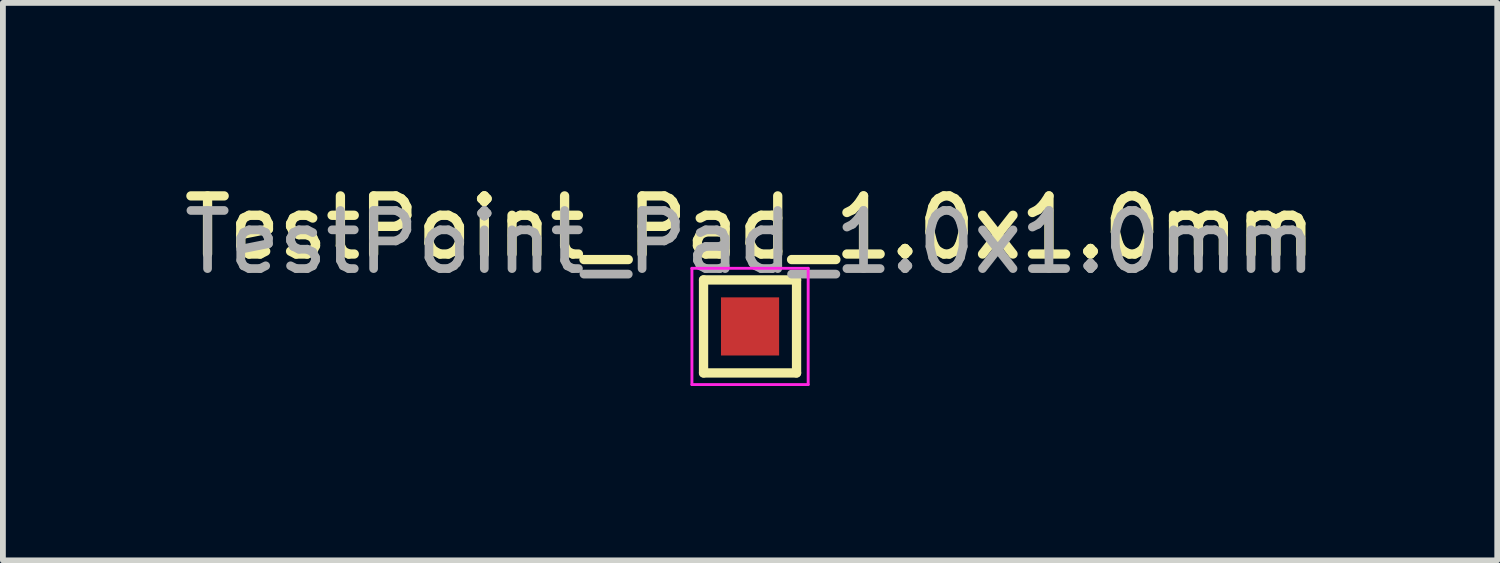
<source format=kicad_pcb>
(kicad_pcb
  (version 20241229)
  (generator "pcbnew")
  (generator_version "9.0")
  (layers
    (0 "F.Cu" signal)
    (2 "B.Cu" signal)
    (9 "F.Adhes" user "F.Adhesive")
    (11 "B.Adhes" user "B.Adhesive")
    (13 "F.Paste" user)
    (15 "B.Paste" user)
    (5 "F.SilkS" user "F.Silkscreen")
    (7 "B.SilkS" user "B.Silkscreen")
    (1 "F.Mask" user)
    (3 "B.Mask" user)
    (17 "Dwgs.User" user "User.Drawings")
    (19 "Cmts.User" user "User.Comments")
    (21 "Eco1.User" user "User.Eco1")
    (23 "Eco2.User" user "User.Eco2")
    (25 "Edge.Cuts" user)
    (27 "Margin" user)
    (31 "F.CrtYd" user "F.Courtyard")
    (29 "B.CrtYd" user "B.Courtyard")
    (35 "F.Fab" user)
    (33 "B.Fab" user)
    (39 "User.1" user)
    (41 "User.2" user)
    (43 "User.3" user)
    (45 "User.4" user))
  (footprint "TestPoint_Pad_1.0x1.0mm"
    (layer "F.Cu")
    (at 9.854 2.566)
    (property "Reference" "TestPoint_Pad_1.0x1.0mm" (at 0 -1.7 0) (layer "F.SilkS") (effects (font (size 1 1) (thickness 0.16))))
    (attr exclude_from_pos_files exclude_from_bom)
    (fp_line (start -0.8 -0.8) (end 0.8 -0.8) (stroke (width 0.16) (type solid)) (layer "F.SilkS"))
    (fp_line (start -0.8 0.8) (end -0.8 -0.8) (stroke (width 0.16) (type solid)) (layer "F.SilkS"))
    (fp_line (start 0.8 -0.8) (end 0.8 0.8) (stroke (width 0.16) (type solid)) (layer "F.SilkS"))
    (fp_line (start 0.8 0.8) (end -0.8 0.8) (stroke (width 0.16) (type solid)) (layer "F.SilkS"))
    (fp_line (start -1 -1) (end -1 1) (stroke (width 0.05) (type solid)) (layer "F.CrtYd"))
    (fp_line (start -1 -1) (end 1 -1) (stroke (width 0.05) (type solid)) (layer "F.CrtYd"))
    (fp_line (start 1 1) (end -1 1) (stroke (width 0.05) (type solid)) (layer "F.CrtYd"))
    (fp_line (start 1 1) (end 1 -1) (stroke (width 0.05) (type solid)) (layer "F.CrtYd"))
    (fp_text user "${REFERENCE}" (at 0 -1.45 0) (layer "F.Fab") (effects (font (size 1 1) (thickness 0.15))))
    (pad "1" smd rect (at 0 0) (size 1 1) (layers "F.Cu" "F.Mask")))
  (gr_rect
    (start -3 -3)
    (end 22.709 6.591)
    (stroke (width 0.1) (type default))
    (fill no)
    (layer "Edge.Cuts")))
</source>
